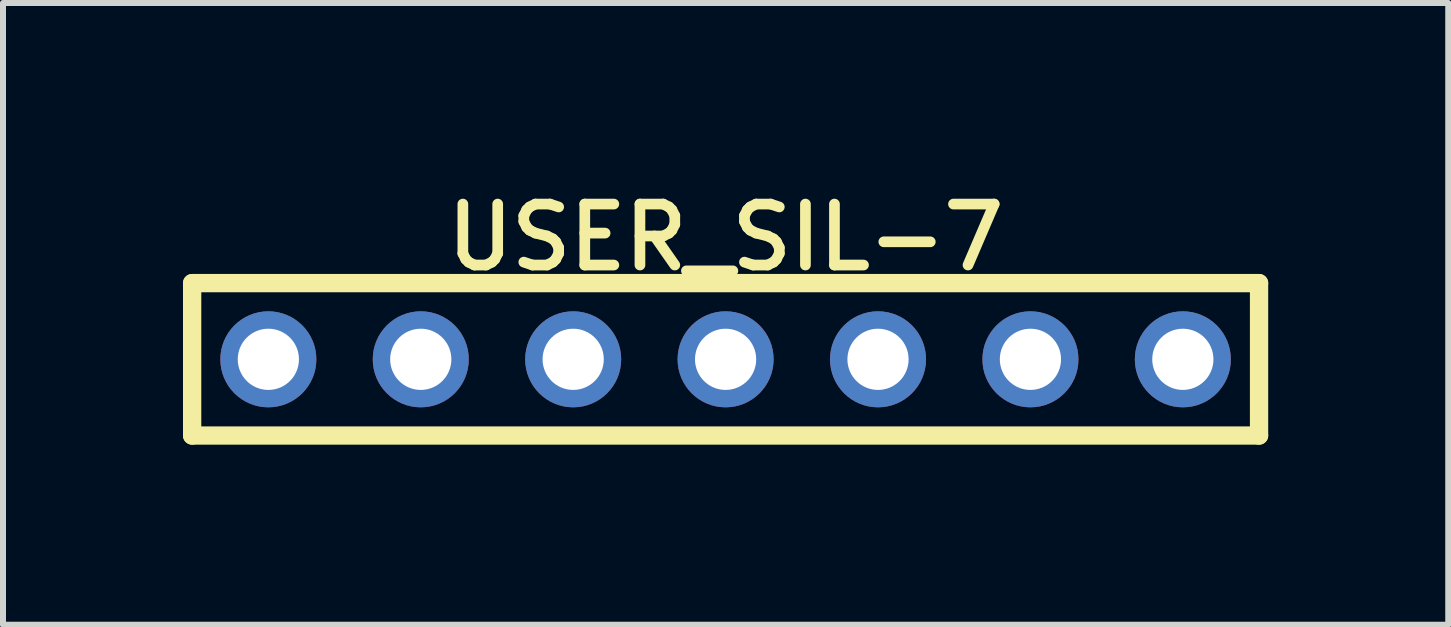
<source format=kicad_pcb>
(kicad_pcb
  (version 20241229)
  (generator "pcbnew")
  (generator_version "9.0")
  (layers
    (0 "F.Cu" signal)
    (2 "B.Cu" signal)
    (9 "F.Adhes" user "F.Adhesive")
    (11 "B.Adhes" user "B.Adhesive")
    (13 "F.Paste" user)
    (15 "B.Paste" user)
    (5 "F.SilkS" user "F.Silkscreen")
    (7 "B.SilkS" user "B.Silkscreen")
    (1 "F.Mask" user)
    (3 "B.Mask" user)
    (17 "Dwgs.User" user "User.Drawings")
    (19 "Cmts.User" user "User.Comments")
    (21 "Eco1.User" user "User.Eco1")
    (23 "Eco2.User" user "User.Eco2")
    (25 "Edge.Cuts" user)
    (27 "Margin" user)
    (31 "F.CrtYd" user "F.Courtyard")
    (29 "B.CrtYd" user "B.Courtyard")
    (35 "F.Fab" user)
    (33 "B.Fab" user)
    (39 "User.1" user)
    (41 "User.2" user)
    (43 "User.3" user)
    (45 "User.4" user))
  (footprint "USER_SIL-7"
    (layer "F.Cu")
    (at 9.042 2.938)
    (property "Reference" "USER_SIL-7" (at 0 -2.032 0) (layer "F.SilkS") (effects (font (size 1.016 1.016) (thickness 0.178))))
    (attr through_hole)
    (fp_line (start -8.89 -1.27) (end 8.89 -1.27) (stroke (width 0.305) (type solid)) (layer "F.SilkS"))
    (fp_line (start -8.89 1.27) (end -8.89 -1.27) (stroke (width 0.305) (type solid)) (layer "F.SilkS"))
    (fp_line (start 8.89 -1.27) (end 8.89 1.27) (stroke (width 0.305) (type solid)) (layer "F.SilkS"))
    (fp_line (start 8.89 1.27) (end -8.89 1.27) (stroke (width 0.305) (type solid)) (layer "F.SilkS"))
    (pad "1" thru_hole circle (at -7.62 0) (size 1.6 1.6) (drill 1.02) (layers "*.Cu" "*.Mask"))
    (pad "2" thru_hole circle (at -5.08 0) (size 1.6 1.6) (drill 1.02) (layers "*.Cu" "*.Mask"))
    (pad "3" thru_hole circle (at -2.54 0) (size 1.6 1.6) (drill 1.02) (layers "*.Cu" "*.Mask"))
    (pad "4" thru_hole circle (at 0 0) (size 1.6 1.6) (drill 1.02) (layers "*.Cu" "*.Mask"))
    (pad "5" thru_hole circle (at 2.54 0) (size 1.6 1.6) (drill 1.02) (layers "*.Cu" "*.Mask"))
    (pad "6" thru_hole circle (at 5.08 0) (size 1.6 1.6) (drill 1.02) (layers "*.Cu" "*.Mask"))
    (pad "7" thru_hole circle (at 7.62 0) (size 1.6 1.6) (drill 1.02) (layers "*.Cu" "*.Mask")))
  (gr_rect
    (start -3 -3)
    (end 21.085 7.361)
    (stroke (width 0.1) (type default))
    (fill no)
    (layer "Edge.Cuts")))
</source>
